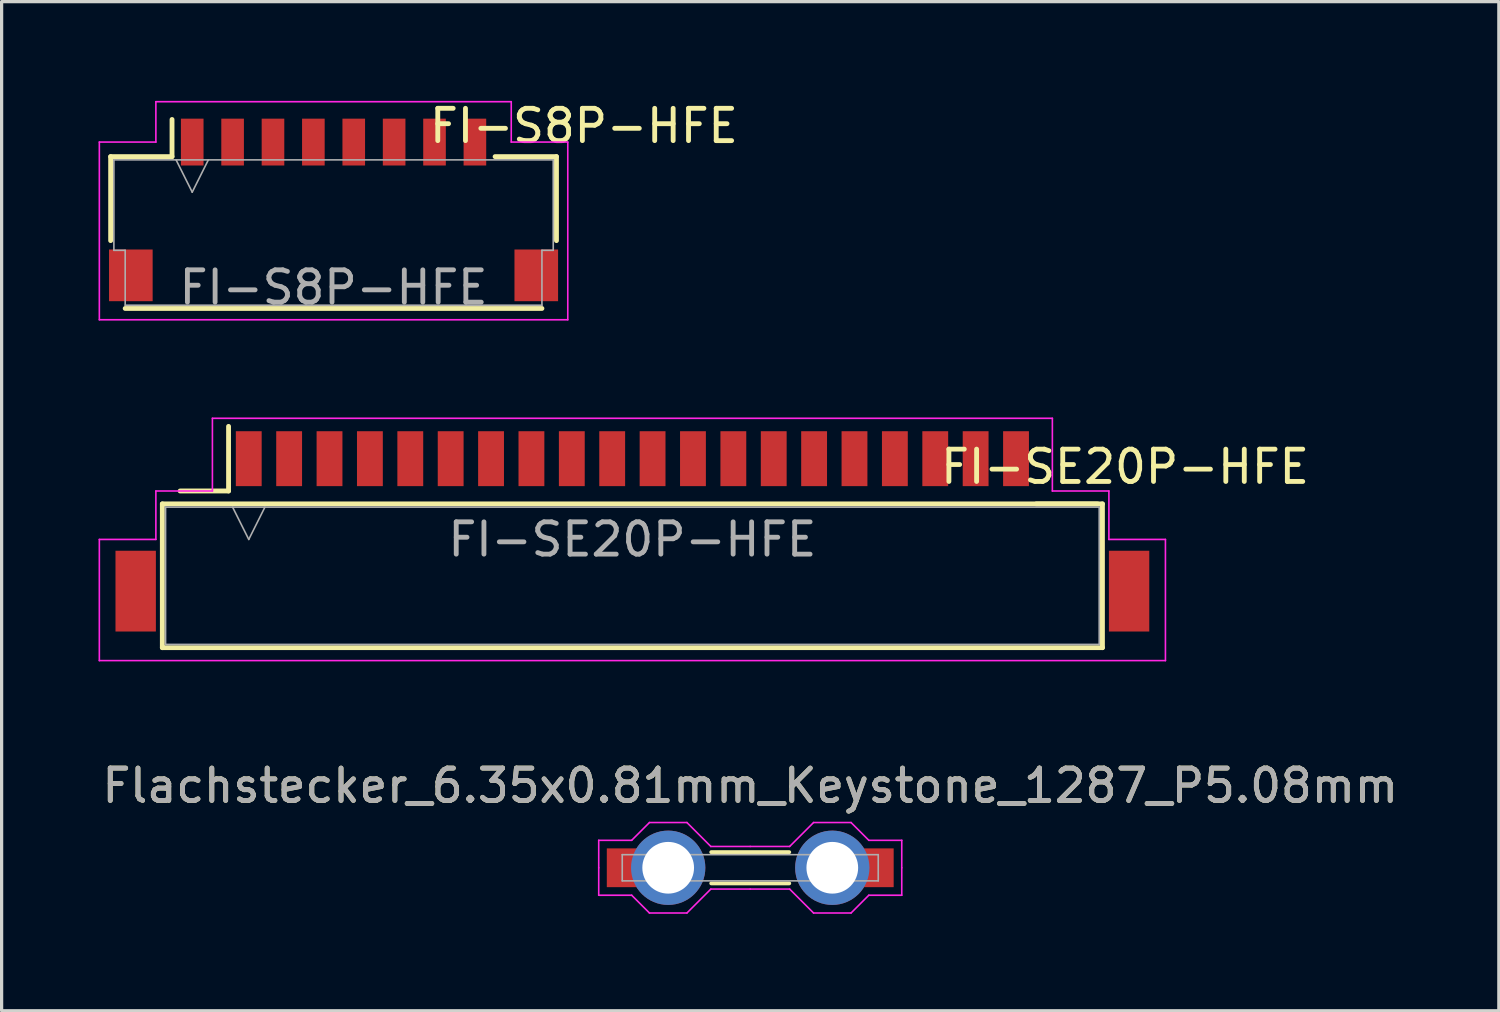
<source format=kicad_pcb>
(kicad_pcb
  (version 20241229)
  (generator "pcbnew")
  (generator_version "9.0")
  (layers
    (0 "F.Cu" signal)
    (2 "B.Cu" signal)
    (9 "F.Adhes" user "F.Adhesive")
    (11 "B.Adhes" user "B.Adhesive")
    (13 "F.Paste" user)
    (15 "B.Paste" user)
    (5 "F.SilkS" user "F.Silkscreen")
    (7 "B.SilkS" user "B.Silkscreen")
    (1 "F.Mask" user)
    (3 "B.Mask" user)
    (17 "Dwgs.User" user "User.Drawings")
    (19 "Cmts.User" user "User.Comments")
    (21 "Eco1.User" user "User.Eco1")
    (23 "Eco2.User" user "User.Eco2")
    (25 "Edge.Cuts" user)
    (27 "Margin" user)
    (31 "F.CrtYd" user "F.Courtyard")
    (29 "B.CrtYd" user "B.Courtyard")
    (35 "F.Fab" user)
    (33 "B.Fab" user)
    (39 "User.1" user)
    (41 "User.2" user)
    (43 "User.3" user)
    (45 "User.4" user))
  (footprint "FI-SE20P-HFE"
    (layer "F.Cu")
    (at 16.525 11.148)
    (property "Reference" "FI-SE20P-HFE" (at 0 2.5 0) (layer "F.Fab") (effects (font (size 1 1) (thickness 0.15))))
    (attr through_hole)
    (fp_line (start -14.55 1.4) (end -14.55 5.85) (stroke (width 0.15) (type solid)) (layer "F.SilkS"))
    (fp_line (start -14.55 1.4) (end 14.55 1.4) (stroke (width 0.15) (type solid)) (layer "F.SilkS"))
    (fp_line (start -12.5 1) (end -14 1) (stroke (width 0.15) (type solid)) (layer "F.SilkS"))
    (fp_line (start -12.5 1) (end -12.5 -1) (stroke (width 0.15) (type solid)) (layer "F.SilkS"))
    (fp_line (start 12.5 1.4) (end 14.4 1.4) (stroke (width 0.15) (type solid)) (layer "F.SilkS"))
    (fp_line (start 14.55 1.4) (end 14.55 5.85) (stroke (width 0.15) (type solid)) (layer "F.SilkS"))
    (fp_line (start 14.55 5.85) (end -14.55 5.85) (stroke (width 0.15) (type solid)) (layer "F.SilkS"))
    (fp_line (start -16.5 2.5) (end -16.5 6.25) (stroke (width 0.05) (type solid)) (layer "F.CrtYd"))
    (fp_line (start -16.5 6.25) (end 16.5 6.25) (stroke (width 0.05) (type solid)) (layer "F.CrtYd"))
    (fp_line (start -14.75 1) (end -14.75 2.5) (stroke (width 0.05) (type solid)) (layer "F.CrtYd"))
    (fp_line (start -14.75 2.5) (end -16.5 2.5) (stroke (width 0.05) (type solid)) (layer "F.CrtYd"))
    (fp_line (start -13 -1.25) (end -13 1) (stroke (width 0.05) (type solid)) (layer "F.CrtYd"))
    (fp_line (start -13 1) (end -14.75 1) (stroke (width 0.05) (type solid)) (layer "F.CrtYd"))
    (fp_line (start 13 -1.25) (end -13 -1.25) (stroke (width 0.05) (type solid)) (layer "F.CrtYd"))
    (fp_line (start 13 -1.25) (end 13 1) (stroke (width 0.05) (type solid)) (layer "F.CrtYd"))
    (fp_line (start 13 1) (end 14.75 1) (stroke (width 0.05) (type solid)) (layer "F.CrtYd"))
    (fp_line (start 14.75 2.5) (end 14.75 1) (stroke (width 0.05) (type solid)) (layer "F.CrtYd"))
    (fp_line (start 14.75 2.5) (end 16.5 2.5) (stroke (width 0.05) (type solid)) (layer "F.CrtYd"))
    (fp_line (start 16.5 2.5) (end 16.5 6.25) (stroke (width 0.05) (type solid)) (layer "F.CrtYd"))
    (fp_line (start -14.45 1.5) (end -14.45 5.75) (stroke (width 0.05) (type solid)) (layer "F.Fab"))
    (fp_line (start -14.45 5.75) (end 14.45 5.75) (stroke (width 0.05) (type solid)) (layer "F.Fab"))
    (fp_line (start -12.375 1.5) (end -11.875 2.5) (stroke (width 0.05) (type solid)) (layer "F.Fab"))
    (fp_line (start -11.875 2.5) (end -11.375 1.5) (stroke (width 0.05) (type solid)) (layer "F.Fab"))
    (fp_line (start 14.45 1.5) (end -14.45 1.5) (stroke (width 0.05) (type solid)) (layer "F.Fab"))
    (fp_line (start 14.45 1.5) (end 14.45 5.75) (stroke (width 0.05) (type solid)) (layer "F.Fab"))
    (fp_text user "${REFERENCE}" (at 15.25 0.25 0) (layer "F.SilkS") (effects (font (size 1 1) (thickness 0.15))))
    (pad "" smd rect (at -15.375 4.1) (size 1.25 2.5) (layers "F.Cu" "F.Mask" "F.Paste"))
    (pad "" smd rect (at 15.375 4.1) (size 1.25 2.5) (layers "F.Cu" "F.Mask" "F.Paste"))
    (pad "1" smd rect (at -11.875 0) (size 0.8 1.7) (layers "F.Cu" "F.Mask" "F.Paste"))
    (pad "2" smd rect (at -10.625 0) (size 0.8 1.7) (layers "F.Cu" "F.Mask" "F.Paste"))
    (pad "3" smd rect (at -9.375 0) (size 0.8 1.7) (layers "F.Cu" "F.Mask" "F.Paste"))
    (pad "4" smd rect (at -8.125 0) (size 0.8 1.7) (layers "F.Cu" "F.Mask" "F.Paste"))
    (pad "5" smd rect (at -6.875 0) (size 0.8 1.7) (layers "F.Cu" "F.Mask" "F.Paste"))
    (pad "6" smd rect (at -5.625 0) (size 0.8 1.7) (layers "F.Cu" "F.Mask" "F.Paste"))
    (pad "7" smd rect (at -4.375 0) (size 0.8 1.7) (layers "F.Cu" "F.Mask" "F.Paste"))
    (pad "8" smd rect (at -3.125 0) (size 0.8 1.7) (layers "F.Cu" "F.Mask" "F.Paste"))
    (pad "9" smd rect (at -1.875 0) (size 0.8 1.7) (layers "F.Cu" "F.Mask" "F.Paste"))
    (pad "10" smd rect (at -0.625 0) (size 0.8 1.7) (layers "F.Cu" "F.Mask" "F.Paste"))
    (pad "11" smd rect (at 0.625 0) (size 0.8 1.7) (layers "F.Cu" "F.Mask" "F.Paste"))
    (pad "12" smd rect (at 1.875 0) (size 0.8 1.7) (layers "F.Cu" "F.Mask" "F.Paste"))
    (pad "13" smd rect (at 3.125 0) (size 0.8 1.7) (layers "F.Cu" "F.Mask" "F.Paste"))
    (pad "14" smd rect (at 4.375 0) (size 0.8 1.7) (layers "F.Cu" "F.Mask" "F.Paste"))
    (pad "15" smd rect (at 5.625 0) (size 0.8 1.7) (layers "F.Cu" "F.Mask" "F.Paste"))
    (pad "16" smd rect (at 6.875 0) (size 0.8 1.7) (layers "F.Cu" "F.Mask" "F.Paste"))
    (pad "17" smd rect (at 8.125 0) (size 0.8 1.7) (layers "F.Cu" "F.Mask" "F.Paste"))
    (pad "18" smd rect (at 9.375 0) (size 0.8 1.7) (layers "F.Cu" "F.Mask" "F.Paste"))
    (pad "19" smd rect (at 10.625 0) (size 0.8 1.7) (layers "F.Cu" "F.Mask" "F.Paste"))
    (pad "20" smd rect (at 11.875 0) (size 0.8 1.7) (layers "F.Cu" "F.Mask" "F.Paste")))
  (footprint "FI-S8P-HFE"
    (layer "F.Cu")
    (at 7.275 1.348)
    (property "Reference" "FI-S8P-HFE" (at 0 4.5 0) (layer "F.Fab") (effects (font (size 1 1) (thickness 0.15))))
    (attr through_hole)
    (fp_line (start -6.9 0.45) (end -6.9 3.05) (stroke (width 0.15) (type solid)) (layer "F.SilkS"))
    (fp_line (start -6.45 5.15) (end 6.45 5.15) (stroke (width 0.15) (type solid)) (layer "F.SilkS"))
    (fp_line (start -5 0.45) (end -6.9 0.45) (stroke (width 0.15) (type solid)) (layer "F.SilkS"))
    (fp_line (start -5 0.45) (end -5 -0.7) (stroke (width 0.15) (type solid)) (layer "F.SilkS"))
    (fp_line (start 5 0.45) (end 6.9 0.45) (stroke (width 0.15) (type solid)) (layer "F.SilkS"))
    (fp_line (start 6.9 0.45) (end 6.9 3.05) (stroke (width 0.15) (type solid)) (layer "F.SilkS"))
    (fp_line (start -7.25 0) (end -7.25 5.5) (stroke (width 0.05) (type solid)) (layer "F.CrtYd"))
    (fp_line (start -7.25 5.5) (end 7.25 5.5) (stroke (width 0.05) (type solid)) (layer "F.CrtYd"))
    (fp_line (start -5.5 -1.25) (end -5.5 0) (stroke (width 0.05) (type solid)) (layer "F.CrtYd"))
    (fp_line (start -5.5 0) (end -7.25 0) (stroke (width 0.05) (type solid)) (layer "F.CrtYd"))
    (fp_line (start 5.5 -1.25) (end -5.5 -1.25) (stroke (width 0.05) (type solid)) (layer "F.CrtYd"))
    (fp_line (start 5.5 -1.25) (end 5.5 0) (stroke (width 0.05) (type solid)) (layer "F.CrtYd"))
    (fp_line (start 5.5 0) (end 7.25 0) (stroke (width 0.05) (type solid)) (layer "F.CrtYd"))
    (fp_line (start 7.25 5.5) (end 7.25 0) (stroke (width 0.05) (type solid)) (layer "F.CrtYd"))
    (fp_line (start -6.8 0.55) (end -6.8 3.35) (stroke (width 0.05) (type solid)) (layer "F.Fab"))
    (fp_line (start -6.8 3.35) (end -6.45 3.35) (stroke (width 0.05) (type solid)) (layer "F.Fab"))
    (fp_line (start -6.45 3.35) (end -6.45 5.05) (stroke (width 0.05) (type solid)) (layer "F.Fab"))
    (fp_line (start -6.45 5.05) (end 6.45 5.05) (stroke (width 0.05) (type solid)) (layer "F.Fab"))
    (fp_line (start -4.875 0.55) (end -4.375 1.55) (stroke (width 0.05) (type solid)) (layer "F.Fab"))
    (fp_line (start -4.375 1.55) (end -3.875 0.55) (stroke (width 0.05) (type solid)) (layer "F.Fab"))
    (fp_line (start 6.45 3.35) (end 6.45 5.05) (stroke (width 0.05) (type solid)) (layer "F.Fab"))
    (fp_line (start 6.45 3.35) (end 6.8 3.35) (stroke (width 0.05) (type solid)) (layer "F.Fab"))
    (fp_line (start 6.8 0.55) (end -6.8 0.55) (stroke (width 0.05) (type solid)) (layer "F.Fab"))
    (fp_line (start 6.8 0.55) (end 6.8 3.35) (stroke (width 0.05) (type solid)) (layer "F.Fab"))
    (fp_text user "${REFERENCE}" (at 7.75 -0.5 0) (layer "F.SilkS") (effects (font (size 1 1) (thickness 0.15))))
    (pad "" smd rect (at -6.275 4.125) (size 1.35 1.6) (layers "F.Cu" "F.Mask" "F.Paste"))
    (pad "" smd rect (at 6.275 4.125) (size 1.35 1.6) (layers "F.Cu" "F.Mask" "F.Paste"))
    (pad "1" smd rect (at -4.375 0) (size 0.7 1.45) (layers "F.Cu" "F.Mask" "F.Paste"))
    (pad "2" smd rect (at -3.125 0) (size 0.7 1.45) (layers "F.Cu" "F.Mask" "F.Paste"))
    (pad "3" smd rect (at -1.875 0) (size 0.7 1.45) (layers "F.Cu" "F.Mask" "F.Paste"))
    (pad "4" smd rect (at -0.625 0) (size 0.7 1.45) (layers "F.Cu" "F.Mask" "F.Paste"))
    (pad "5" smd rect (at 0.625 0) (size 0.7 1.45) (layers "F.Cu" "F.Mask" "F.Paste"))
    (pad "6" smd rect (at 1.875 0) (size 0.7 1.45) (layers "F.Cu" "F.Mask" "F.Paste"))
    (pad "7" smd rect (at 3.125 0) (size 0.7 1.45) (layers "F.Cu" "F.Mask" "F.Paste"))
    (pad "8" smd rect (at 4.375 0) (size 0.7 1.45) (layers "F.Cu" "F.Mask" "F.Paste")))
  (footprint "Flachstecker_6.35x0.81mm_Keystone_1287_P5.08mm"
    (layer "F.Cu")
    (at 17.633 23.811)
    (property "Reference" "Flachstecker_6.35x0.81mm_Keystone_1287_P5.08mm" (at 2.54 -2.54 0) (layer "F.Fab") (effects (font (size 1 1) (thickness 0.15))))
    (attr through_hole)
    (fp_line (start 1.333 -0.483) (end 3.747 -0.483) (stroke (width 0.12) (type solid)) (layer "F.SilkS"))
    (fp_line (start 1.333 0.483) (end 3.747 0.483) (stroke (width 0.12) (type solid)) (layer "F.SilkS"))
    (fp_line (start -2.15 -0.85) (end -1.13 -0.85) (stroke (width 0.05) (type solid)) (layer "F.CrtYd"))
    (fp_line (start -2.15 0) (end -2.15 -0.85) (stroke (width 0.05) (type solid)) (layer "F.CrtYd"))
    (fp_line (start -2.15 0) (end -2.15 0.85) (stroke (width 0.05) (type solid)) (layer "F.CrtYd"))
    (fp_line (start -2.15 0.85) (end -1.13 0.85) (stroke (width 0.05) (type solid)) (layer "F.CrtYd"))
    (fp_line (start -1.13 -0.85) (end -0.58 -1.4) (stroke (width 0.05) (type solid)) (layer "F.CrtYd"))
    (fp_line (start -1.13 0.85) (end -0.58 1.4) (stroke (width 0.05) (type solid)) (layer "F.CrtYd"))
    (fp_line (start -0.58 -1.4) (end 0.58 -1.4) (stroke (width 0.05) (type solid)) (layer "F.CrtYd"))
    (fp_line (start -0.58 1.4) (end 0.58 1.4) (stroke (width 0.05) (type solid)) (layer "F.CrtYd"))
    (fp_line (start 0.58 -1.4) (end 1.32 -0.66) (stroke (width 0.05) (type solid)) (layer "F.CrtYd"))
    (fp_line (start 0.58 1.4) (end 1.32 0.66) (stroke (width 0.05) (type solid)) (layer "F.CrtYd"))
    (fp_line (start 1.32 -0.66) (end 2.54 -0.66) (stroke (width 0.05) (type solid)) (layer "F.CrtYd"))
    (fp_line (start 1.32 0.66) (end 2.54 0.66) (stroke (width 0.05) (type solid)) (layer "F.CrtYd"))
    (fp_line (start 3.76 -0.66) (end 2.54 -0.66) (stroke (width 0.05) (type solid)) (layer "F.CrtYd"))
    (fp_line (start 3.76 0.66) (end 2.54 0.66) (stroke (width 0.05) (type solid)) (layer "F.CrtYd"))
    (fp_line (start 4.5 -1.4) (end 3.76 -0.66) (stroke (width 0.05) (type solid)) (layer "F.CrtYd"))
    (fp_line (start 4.5 1.4) (end 3.76 0.66) (stroke (width 0.05) (type solid)) (layer "F.CrtYd"))
    (fp_line (start 5.66 -1.4) (end 4.5 -1.4) (stroke (width 0.05) (type solid)) (layer "F.CrtYd"))
    (fp_line (start 5.66 1.4) (end 4.5 1.4) (stroke (width 0.05) (type solid)) (layer "F.CrtYd"))
    (fp_line (start 6.21 -0.85) (end 5.66 -1.4) (stroke (width 0.05) (type solid)) (layer "F.CrtYd"))
    (fp_line (start 6.21 0.85) (end 5.66 1.4) (stroke (width 0.05) (type solid)) (layer "F.CrtYd"))
    (fp_line (start 7.23 -0.85) (end 6.21 -0.85) (stroke (width 0.05) (type solid)) (layer "F.CrtYd"))
    (fp_line (start 7.23 0) (end 7.23 -0.85) (stroke (width 0.05) (type solid)) (layer "F.CrtYd"))
    (fp_line (start 7.23 0) (end 7.23 0.85) (stroke (width 0.05) (type solid)) (layer "F.CrtYd"))
    (fp_line (start 7.23 0.85) (end 6.21 0.85) (stroke (width 0.05) (type solid)) (layer "F.CrtYd"))
    (fp_line (start -1.422 -0.405) (end 6.502 -0.405) (stroke (width 0.05) (type solid)) (layer "F.Fab"))
    (fp_line (start -1.422 0.405) (end -1.422 -0.405) (stroke (width 0.05) (type solid)) (layer "F.Fab"))
    (fp_line (start -0.635 -0.405) (end -0.635 0.405) (stroke (width 0.05) (type solid)) (layer "F.Fab"))
    (fp_line (start 5.715 -0.405) (end 5.715 0.405) (stroke (width 0.05) (type solid)) (layer "F.Fab"))
    (fp_line (start 6.502 -0.405) (end 6.502 0.405) (stroke (width 0.05) (type solid)) (layer "F.Fab"))
    (fp_line (start 6.502 0.405) (end -1.422 0.405) (stroke (width 0.05) (type solid)) (layer "F.Fab"))
    (fp_text user "${REFERENCE}" (at 2.54 -2.54 0) (layer "F.SilkS") (effects (font (size 1 1) (thickness 0.15))))
    (pad "1" smd rect (at -1.3 0) (size 1.2 1.2) (layers "F.Cu" "F.Mask"))
    (pad "1" thru_hole circle (at 0 0) (size 2.3 2.3) (drill 1.6) (layers "*.Cu" "*.Mask"))
    (pad "1" thru_hole circle (at 5.08 0) (size 2.3 2.3) (drill 1.6) (layers "*.Cu" "*.Mask"))
    (pad "1" smd rect (at 6.38 0) (size 1.2 1.2) (layers "F.Cu" "F.Mask")))
  (gr_rect
    (start -3 -3)
    (end 43.345 28.236)
    (stroke (width 0.1) (type default))
    (fill no)
    (layer "Edge.Cuts")))
</source>
